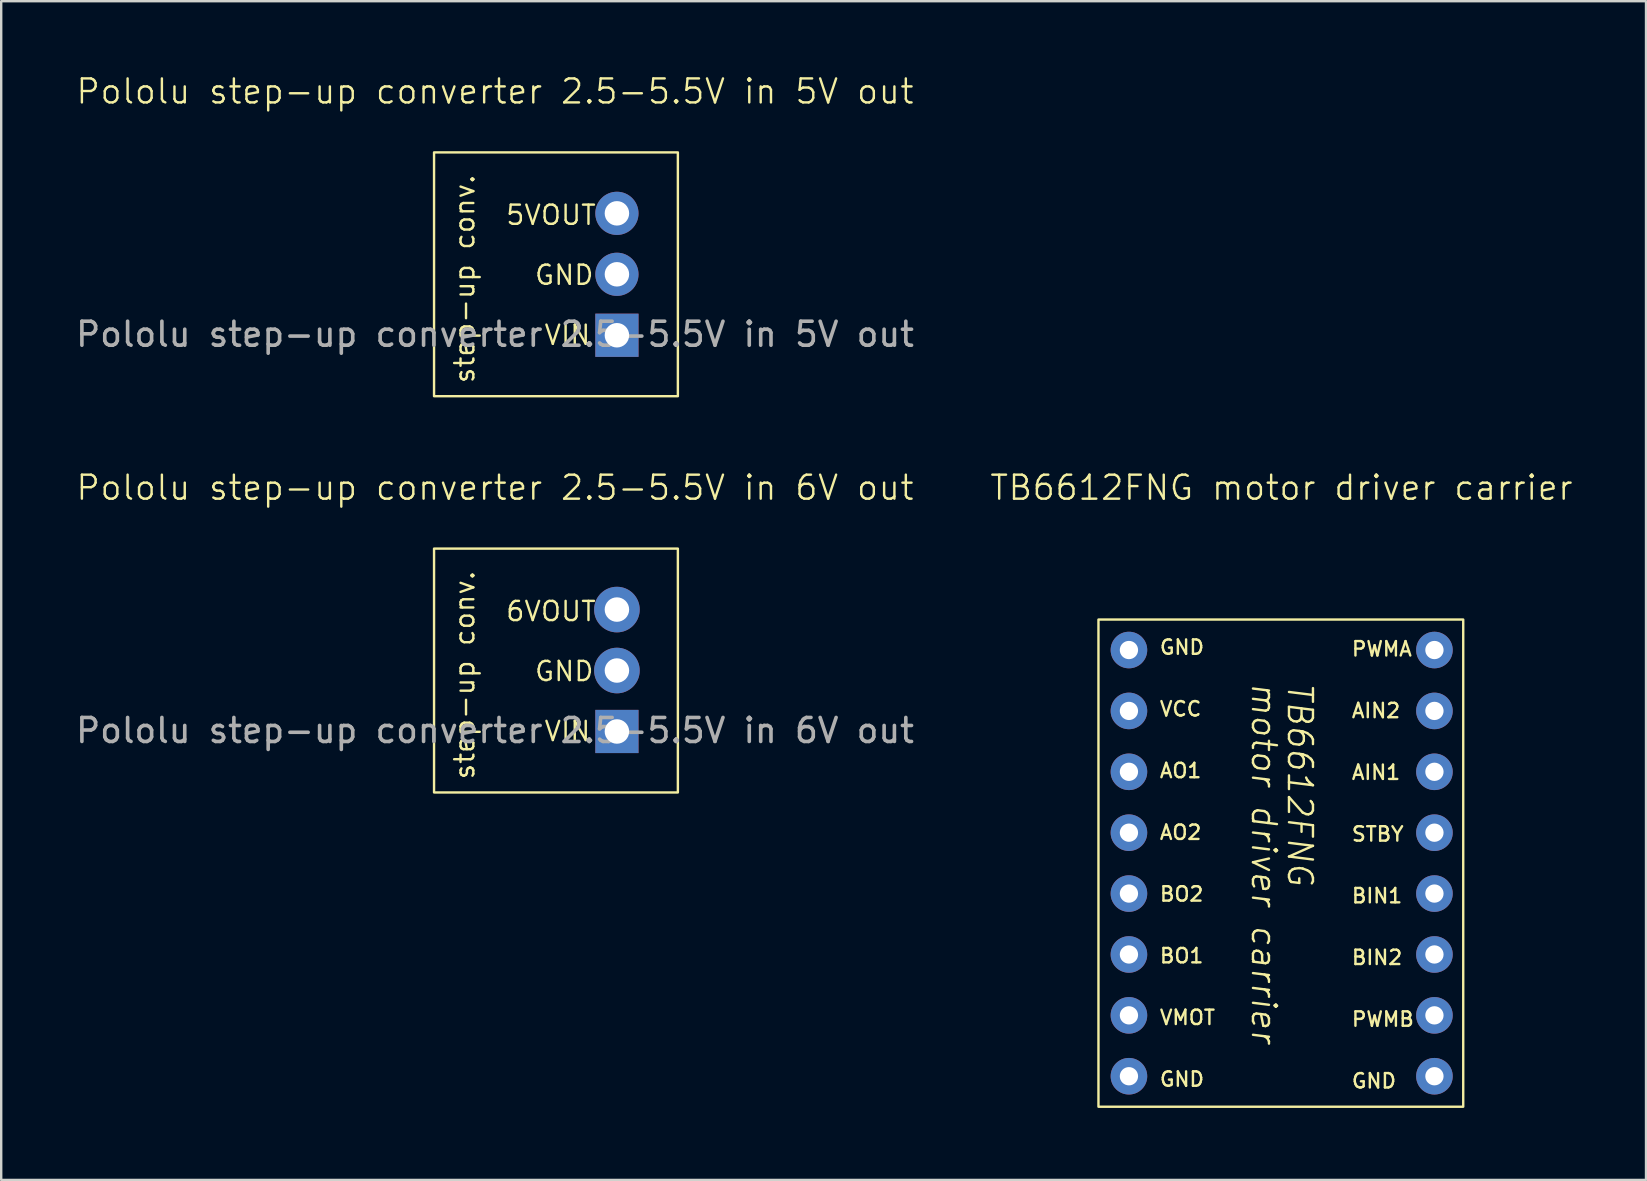
<source format=kicad_pcb>
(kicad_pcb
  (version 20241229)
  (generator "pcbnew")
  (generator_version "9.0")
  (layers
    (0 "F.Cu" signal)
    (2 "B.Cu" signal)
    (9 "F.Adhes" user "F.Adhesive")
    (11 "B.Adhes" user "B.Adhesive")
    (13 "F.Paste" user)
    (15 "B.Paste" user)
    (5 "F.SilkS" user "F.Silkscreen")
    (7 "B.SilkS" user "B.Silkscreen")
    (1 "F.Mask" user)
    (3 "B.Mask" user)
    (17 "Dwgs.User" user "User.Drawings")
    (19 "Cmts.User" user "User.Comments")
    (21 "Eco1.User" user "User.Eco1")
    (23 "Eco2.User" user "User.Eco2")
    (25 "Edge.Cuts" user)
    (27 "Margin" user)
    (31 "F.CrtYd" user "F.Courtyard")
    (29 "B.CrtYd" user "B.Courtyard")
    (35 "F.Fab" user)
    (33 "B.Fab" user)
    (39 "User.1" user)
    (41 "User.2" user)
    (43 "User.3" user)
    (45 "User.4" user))
  (footprint "Pololu step-up converter 2.5-5.5V in 6V out"
    (layer "F.Cu")
    (at 17.577 24.891)
    (property "Reference" "Pololu step-up converter 2.5-5.5V in 6V out" (at 0 -7.62 0) (unlocked yes) (layer "F.SilkS") (effects (font (size 1 1) (thickness 0.1))))
    (attr through_hole)
    (fp_rect (start -2.54 -5.08) (end 7.62 5.08) (stroke (width 0.1) (type default)) (fill no) (layer "F.SilkS"))
    (fp_text user "6VOUT" (at 0.4 -2 0) (unlocked yes) (layer "F.SilkS") (effects (font (size 0.8 0.8) (thickness 0.1)) (justify left bottom)))
    (fp_text user "step-up conv." (at -0.8 4.6 90) (unlocked yes) (layer "F.SilkS") (effects (font (size 0.8 0.8) (thickness 0.1)) (justify left bottom)))
    (fp_text user "GND" (at 1.6 0.5 0) (unlocked yes) (layer "F.SilkS") (effects (font (size 0.8 0.8) (thickness 0.1)) (justify left bottom)))
    (fp_text user "VIN" (at 2 3 0) (unlocked yes) (layer "F.SilkS") (effects (font (size 0.8 0.8) (thickness 0.1)) (justify left bottom)))
    (fp_text user "${REFERENCE}" (at 0 2.5 0) (unlocked yes) (layer "F.Fab") (effects (font (size 1 1) (thickness 0.15))))
    (pad "1" thru_hole rect (at 5.08 2.54 180) (size 1.8 1.8) (drill 1.02) (layers "*.Cu" "*.Mask"))
    (pad "2" thru_hole circle (at 5.08 0 180) (size 1.9 1.9) (drill 1.02) (layers "*.Cu" "*.Mask"))
    (pad "3" thru_hole circle (at 5.08 -2.54 180) (size 1.9 1.9) (drill 1.02) (layers "*.Cu" "*.Mask"))
    (zone (net_name "") (layer "F.SilkS") (hatch edge 0.5) (connect_pads) (min_thickness 0.25) (filled_areas_thickness no) (keepout (tracks allowed) (vias allowed) (pads not_allowed) (copperpour allowed) (footprints not_allowed)) (placement (enabled no)) (fill) (polygon (pts (xy 15.037 19.811) (xy 25.197 19.811) (xy 25.197 29.971) (xy 15.037 29.971)))))
  (footprint "TB6612FNG motor driver carrier"
    (layer "F.Cu")
    (at 42.723 22.843)
    (property "Reference" "TB6612FNG motor driver carrier" (at 7.625 -5.572 0) (unlocked yes) (layer "F.SilkS") (effects (font (size 1 1) (thickness 0.1))))
    (attr through_hole)
    (fp_rect (start 0 -0.076) (end 15.2 20.224) (stroke (width 0.1) (type default)) (fill no) (layer "F.SilkS"))
    (fp_text user "BO1" (at 2.5 14.286 0) (unlocked yes) (layer "F.SilkS") (effects (font (size 0.6 0.6) (thickness 0.1)) (justify left bottom)))
    (fp_text user "VMOT" (at 2.5 16.857 0) (unlocked yes) (layer "F.SilkS") (effects (font (size 0.6 0.6) (thickness 0.1)) (justify left bottom)))
    (fp_text user "BO2" (at 2.5 11.714 0) (unlocked yes) (layer "F.SilkS") (effects (font (size 0.6 0.6) (thickness 0.1)) (justify left bottom)))
    (fp_text user "BIN1" (at 10.5 11.786 0) (unlocked yes) (layer "F.SilkS") (effects (font (size 0.6 0.6) (thickness 0.1)) (justify left bottom)))
    (fp_text user "GND" (at 2.5 1.429 0) (unlocked yes) (layer "F.SilkS") (effects (font (size 0.6 0.6) (thickness 0.1)) (justify left bottom)))
    (fp_text user "GND" (at 2.5 19.429 0) (unlocked yes) (layer "F.SilkS") (effects (font (size 0.6 0.6) (thickness 0.1)) (justify left bottom)))
    (fp_text user "VCC" (at 2.5 4 0) (unlocked yes) (layer "F.SilkS") (effects (font (size 0.6 0.6) (thickness 0.1)) (justify left bottom)))
    (fp_text user "motor driver carrier" (at 6.311 2.5 270) (unlocked yes) (layer "F.SilkS") (effects (font (size 1 1) (thickness 0.1) (italic yes)) (justify left bottom)))
    (fp_text user "AO2" (at 2.5 9.143 0) (unlocked yes) (layer "F.SilkS") (effects (font (size 0.6 0.6) (thickness 0.1)) (justify left bottom)))
    (fp_text user "AIN1" (at 10.5 6.643 0) (unlocked yes) (layer "F.SilkS") (effects (font (size 0.6 0.6) (thickness 0.1)) (justify left bottom)))
    (fp_text user "AIN2" (at 10.5 4.071 0) (unlocked yes) (layer "F.SilkS") (effects (font (size 0.6 0.6) (thickness 0.1)) (justify left bottom)))
    (fp_text user "AO1" (at 2.5 6.571 0) (unlocked yes) (layer "F.SilkS") (effects (font (size 0.6 0.6) (thickness 0.1)) (justify left bottom)))
    (fp_text user "STBY" (at 10.5 9.214 0) (unlocked yes) (layer "F.SilkS") (effects (font (size 0.6 0.6) (thickness 0.1)) (justify left bottom)))
    (fp_text user "PWMA" (at 10.5 1.5 0) (unlocked yes) (layer "F.SilkS") (effects (font (size 0.6 0.6) (thickness 0.1)) (justify left bottom)))
    (fp_text user "GND" (at 10.5 19.5 0) (unlocked yes) (layer "F.SilkS") (effects (font (size 0.6 0.6) (thickness 0.1)) (justify left bottom)))
    (fp_text user "PWMB" (at 10.5 16.929 0) (unlocked yes) (layer "F.SilkS") (effects (font (size 0.6 0.6) (thickness 0.1)) (justify left bottom)))
    (fp_text user "TB6612FNG" (at 7.811 2.5 270) (unlocked yes) (layer "F.SilkS") (effects (font (size 1 1) (thickness 0.1) (italic yes)) (justify left bottom)))
    (fp_text user "BIN2" (at 10.5 14.357 0) (unlocked yes) (layer "F.SilkS") (effects (font (size 0.6 0.6) (thickness 0.1)) (justify left bottom)))
    (pad "1" thru_hole circle (at 1.27 1.194) (size 1.524 1.524) (drill 0.762) (layers "*.Cu" "*.Mask"))
    (pad "2" thru_hole circle (at 1.27 3.731) (size 1.524 1.524) (drill 0.762) (layers "*.Cu" "*.Mask"))
    (pad "3" thru_hole circle (at 1.27 6.268) (size 1.524 1.524) (drill 0.762) (layers "*.Cu" "*.Mask"))
    (pad "4" thru_hole circle (at 1.27 8.805) (size 1.524 1.524) (drill 0.762) (layers "*.Cu" "*.Mask"))
    (pad "5" thru_hole circle (at 1.27 11.342) (size 1.524 1.524) (drill 0.762) (layers "*.Cu" "*.Mask"))
    (pad "6" thru_hole circle (at 1.27 13.88) (size 1.524 1.524) (drill 0.762) (layers "*.Cu" "*.Mask"))
    (pad "7" thru_hole circle (at 1.27 16.417) (size 1.524 1.524) (drill 0.762) (layers "*.Cu" "*.Mask"))
    (pad "8" thru_hole circle (at 1.27 18.954) (size 1.524 1.524) (drill 0.762) (layers "*.Cu" "*.Mask"))
    (pad "9" thru_hole circle (at 14 1.194) (size 1.524 1.524) (drill 0.762) (layers "*.Cu" "*.Mask"))
    (pad "10" thru_hole circle (at 14 3.731) (size 1.524 1.524) (drill 0.762) (layers "*.Cu" "*.Mask"))
    (pad "11" thru_hole circle (at 14 6.268) (size 1.524 1.524) (drill 0.762) (layers "*.Cu" "*.Mask"))
    (pad "12" thru_hole circle (at 14 8.805) (size 1.524 1.524) (drill 0.762) (layers "*.Cu" "*.Mask"))
    (pad "13" thru_hole circle (at 14 11.342) (size 1.524 1.524) (drill 0.762) (layers "*.Cu" "*.Mask"))
    (pad "14" thru_hole circle (at 14 13.88) (size 1.524 1.524) (drill 0.762) (layers "*.Cu" "*.Mask"))
    (pad "15" thru_hole circle (at 14 16.417) (size 1.524 1.524) (drill 0.762) (layers "*.Cu" "*.Mask"))
    (pad "16" thru_hole circle (at 14 18.954) (size 1.524 1.524) (drill 0.762) (layers "*.Cu" "*.Mask"))
    (zone (net_name "") (layer "F.SilkS") (hatch edge 0.5) (connect_pads) (min_thickness 0.25) (filled_areas_thickness no) (keepout (tracks allowed) (vias allowed) (pads not_allowed) (copperpour allowed) (footprints not_allowed)) (placement (enabled no)) (fill) (polygon (pts (xy 42.723 22.767) (xy 57.923 22.767) (xy 57.923 43.067) (xy 42.723 43.067)))))
  (footprint "Pololu step-up converter 2.5-5.5V in 5V out"
    (layer "F.Cu")
    (at 17.577 8.38)
    (property "Reference" "Pololu step-up converter 2.5-5.5V in 5V out" (at 0 -7.62 0) (unlocked yes) (layer "F.SilkS") (effects (font (size 1 1) (thickness 0.1))))
    (attr through_hole)
    (fp_rect (start -2.54 -5.08) (end 7.62 5.08) (stroke (width 0.1) (type default)) (fill no) (layer "F.SilkS"))
    (fp_text user "step-up conv." (at -0.8 4.6 90) (unlocked yes) (layer "F.SilkS") (effects (font (size 0.8 0.8) (thickness 0.1)) (justify left bottom)))
    (fp_text user "5VOUT" (at 0.4 -2 0) (unlocked yes) (layer "F.SilkS") (effects (font (size 0.8 0.8) (thickness 0.1)) (justify left bottom)))
    (fp_text user "VIN" (at 2 3 0) (unlocked yes) (layer "F.SilkS") (effects (font (size 0.8 0.8) (thickness 0.1)) (justify left bottom)))
    (fp_text user "GND" (at 1.6 0.5 0) (unlocked yes) (layer "F.SilkS") (effects (font (size 0.8 0.8) (thickness 0.1)) (justify left bottom)))
    (fp_text user "${REFERENCE}" (at 0 2.5 0) (unlocked yes) (layer "F.Fab") (effects (font (size 1 1) (thickness 0.15))))
    (pad "1" thru_hole rect (at 5.08 2.54 180) (size 1.8 1.8) (drill 1.02) (layers "*.Cu" "*.Mask"))
    (pad "2" thru_hole circle (at 5.08 0 180) (size 1.8 1.8) (drill 1.02) (layers "*.Cu" "*.Mask"))
    (pad "3" thru_hole circle (at 5.08 -2.54 180) (size 1.8 1.8) (drill 1.02) (layers "*.Cu" "*.Mask"))
    (zone (net_name "") (layer "F.SilkS") (hatch edge 0.5) (connect_pads) (min_thickness 0.25) (filled_areas_thickness no) (keepout (tracks allowed) (vias allowed) (pads not_allowed) (copperpour allowed) (footprints not_allowed)) (placement (enabled no)) (fill) (polygon (pts (xy 15.037 3.3) (xy 25.197 3.3) (xy 25.197 13.46) (xy 15.037 13.46)))))
  (gr_rect
    (start -3 -3)
    (end 65.54 46.117)
    (stroke (width 0.1) (type default))
    (fill no)
    (layer "Edge.Cuts")))
</source>
